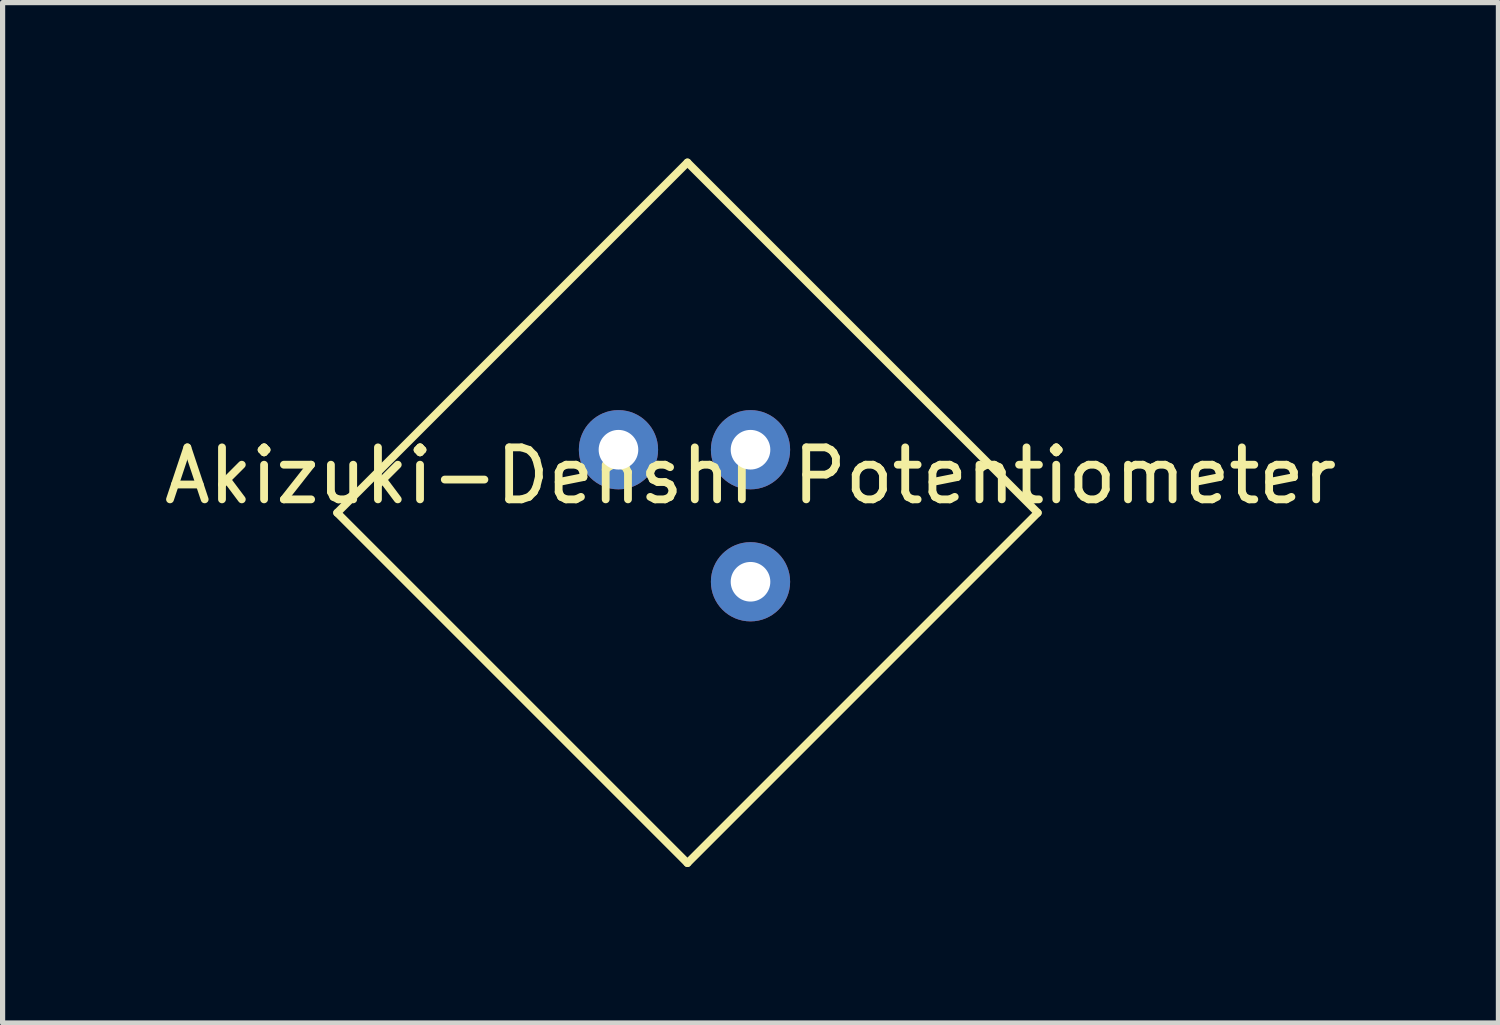
<source format=kicad_pcb>
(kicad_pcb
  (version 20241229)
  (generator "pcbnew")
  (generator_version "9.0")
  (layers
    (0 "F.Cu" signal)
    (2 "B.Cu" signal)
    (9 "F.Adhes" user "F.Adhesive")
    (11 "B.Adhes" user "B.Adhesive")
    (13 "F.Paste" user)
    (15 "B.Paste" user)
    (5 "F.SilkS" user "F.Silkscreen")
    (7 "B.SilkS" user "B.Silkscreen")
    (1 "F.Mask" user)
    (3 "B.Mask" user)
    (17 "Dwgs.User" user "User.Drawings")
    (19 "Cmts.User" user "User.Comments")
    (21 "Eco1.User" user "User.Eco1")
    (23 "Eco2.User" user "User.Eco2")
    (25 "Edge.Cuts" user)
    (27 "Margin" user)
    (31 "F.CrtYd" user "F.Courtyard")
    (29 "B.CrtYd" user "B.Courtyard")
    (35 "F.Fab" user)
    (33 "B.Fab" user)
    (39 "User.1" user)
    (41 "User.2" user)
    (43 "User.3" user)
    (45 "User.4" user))
  (footprint "Akizuki-Denshi Potentiometer"
    (layer "F.Cu")
    (at 11.387 5.601)
    (property "Reference" "Akizuki-Denshi Potentiometer" (at 0 0.5 0) (layer "F.SilkS") (effects (font (size 1 1) (thickness 0.15))))
    (attr through_hole)
    (fp_line (start -1.213 -5.526) (end -7.952 1.213) (stroke (width 0.15) (type solid)) (layer "F.SilkS"))
    (fp_line (start -1.213 -5.526) (end 5.526 1.213) (stroke (width 0.15) (type solid)) (layer "F.SilkS"))
    (fp_line (start -1.213 7.952) (end -7.952 1.213) (stroke (width 0.15) (type solid)) (layer "F.SilkS"))
    (fp_line (start -1.213 7.952) (end 5.526 1.213) (stroke (width 0.15) (type solid)) (layer "F.SilkS"))
    (pad "1" thru_hole circle (at 0 2.54) (size 1.524 1.524) (drill 0.762) (layers "*.Cu" "*.Mask"))
    (pad "2" thru_hole circle (at 0 0) (size 1.524 1.524) (drill 0.762) (layers "*.Cu" "*.Mask"))
    (pad "3" thru_hole circle (at -2.54 0) (size 1.524 1.524) (drill 0.762) (layers "*.Cu" "*.Mask")))
  (gr_rect
    (start -3 -3)
    (end 25.774 16.628)
    (stroke (width 0.1) (type default))
    (fill no)
    (layer "Edge.Cuts")))
</source>
